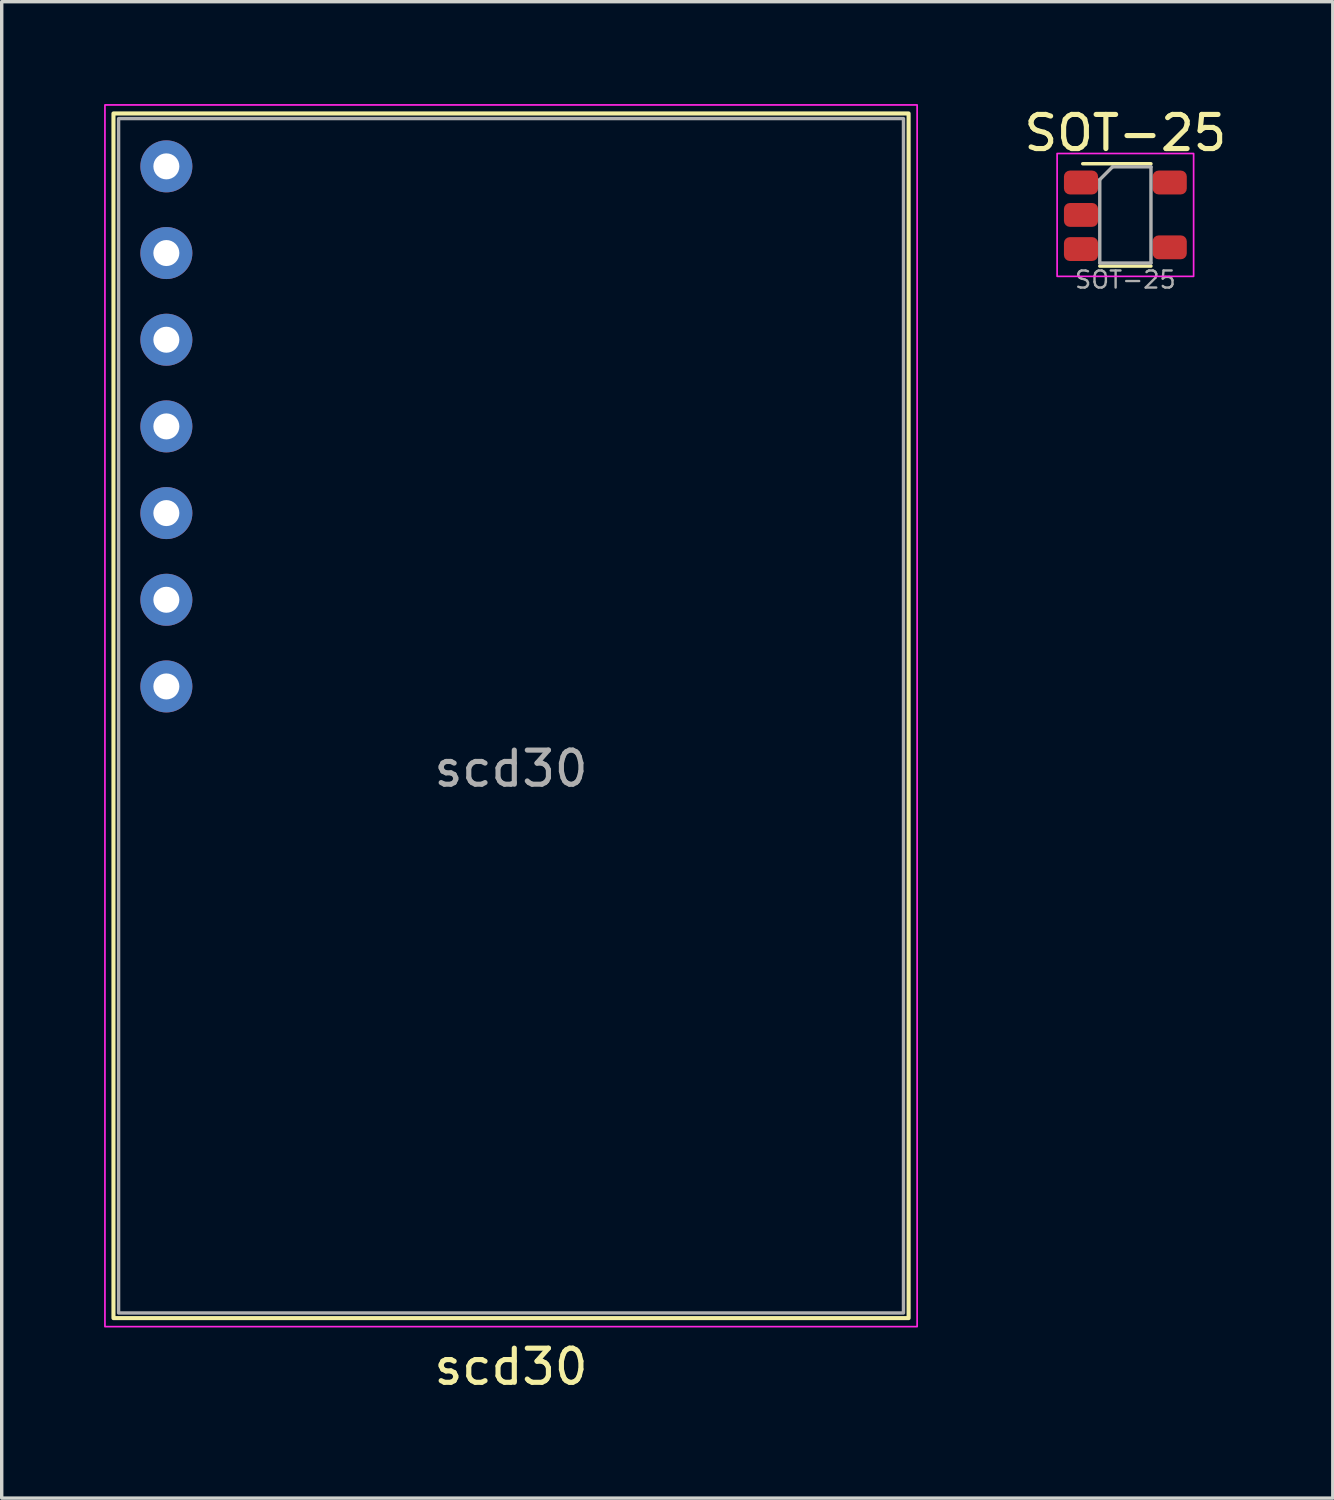
<source format=kicad_pcb>
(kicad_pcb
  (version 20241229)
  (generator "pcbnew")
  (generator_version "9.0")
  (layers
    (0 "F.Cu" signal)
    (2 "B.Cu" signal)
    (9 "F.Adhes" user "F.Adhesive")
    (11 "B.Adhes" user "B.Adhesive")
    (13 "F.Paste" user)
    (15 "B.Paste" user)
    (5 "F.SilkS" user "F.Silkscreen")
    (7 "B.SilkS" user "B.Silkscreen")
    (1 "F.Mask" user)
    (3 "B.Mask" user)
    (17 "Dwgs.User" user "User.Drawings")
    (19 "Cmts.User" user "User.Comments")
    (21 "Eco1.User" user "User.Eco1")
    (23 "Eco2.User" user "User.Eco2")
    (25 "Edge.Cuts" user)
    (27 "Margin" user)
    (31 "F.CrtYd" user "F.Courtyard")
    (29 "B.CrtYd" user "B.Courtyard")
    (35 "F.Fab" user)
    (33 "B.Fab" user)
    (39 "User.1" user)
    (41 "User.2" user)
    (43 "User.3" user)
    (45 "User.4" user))
  (footprint "SOT-25"
    (layer "F.Cu")
    (at 29.927 3.248)
    (property "Reference" "SOT-25" (at 0 -2.4 0) (unlocked yes) (layer "F.SilkS") (effects (font (size 1 1) (thickness 0.15))))
    (attr smd)
    (fp_line (start 0.75 -1.5) (end -1.25 -1.5) (stroke (width 0.1) (type solid)) (layer "F.SilkS"))
    (fp_line (start 0.75 1.5) (end -0.75 1.5) (stroke (width 0.1) (type solid)) (layer "F.SilkS"))
    (fp_rect (start -2 -1.8) (end 2 1.8) (stroke (width 0.05) (type solid)) (fill no) (layer "F.CrtYd"))
    (fp_line (start -0.75 1.41) (end -0.75 -1.035) (stroke (width 0.1) (type solid)) (layer "F.Fab"))
    (fp_line (start -0.375 -1.41) (end -0.75 -1.035) (stroke (width 0.1) (type solid)) (layer "F.Fab"))
    (fp_line (start -0.375 -1.41) (end 0.75 -1.41) (stroke (width 0.1) (type solid)) (layer "F.Fab"))
    (fp_line (start 0.75 -1.41) (end 0.75 1.41) (stroke (width 0.1) (type solid)) (layer "F.Fab"))
    (fp_line (start 0.75 1.41) (end -0.75 1.41) (stroke (width 0.1) (type solid)) (layer "F.Fab"))
    (fp_text user "${REFERENCE}" (at 0 1.9 0) (unlocked yes) (layer "F.Fab") (effects (font (size 0.5 0.5) (thickness 0.07))))
    (pad "1" smd roundrect (at -1.3 -0.95) (size 1 0.7) (layers "F.Cu" "F.Mask" "F.Paste") (roundrect_rratio 0.25))
    (pad "2" smd roundrect (at -1.3 0) (size 1 0.7) (layers "F.Cu" "F.Mask" "F.Paste") (roundrect_rratio 0.25))
    (pad "3" smd roundrect (at -1.3 1) (size 1 0.7) (layers "F.Cu" "F.Mask" "F.Paste") (roundrect_rratio 0.25))
    (pad "4" smd roundrect (at 1.3 0.95) (size 1 0.7) (layers "F.Cu" "F.Mask" "F.Paste") (roundrect_rratio 0.25))
    (pad "5" smd roundrect (at 1.3 -0.95) (size 1 0.7) (layers "F.Cu" "F.Mask" "F.Paste") (roundrect_rratio 0.25)))
  (footprint "scd30"
    (layer "F.Cu")
    (at 11.925 17.925)
    (property "Reference" "scd30" (at 0 19.076 0) (unlocked yes) (layer "F.SilkS") (effects (font (size 1 1) (thickness 0.15))))
    (attr through_hole)
    (fp_rect (start -11.65 -17.65) (end 11.65 17.65) (stroke (width 0.12) (type solid)) (fill no) (layer "F.SilkS"))
    (fp_rect (start -11.9 -17.9) (end 11.9 17.9) (stroke (width 0.05) (type solid)) (fill no) (layer "F.CrtYd"))
    (fp_rect (start -11.5 -17.5) (end 11.5 17.5) (stroke (width 0.1) (type solid)) (fill no) (layer "F.Fab"))
    (fp_text user "${REFERENCE}" (at 0 1.55 0) (unlocked yes) (layer "F.Fab") (effects (font (size 1 1) (thickness 0.15))))
    (pad "1" thru_hole circle (at -10.1 -16.1) (size 1.524 1.524) (drill 0.762) (layers "*.Cu" "*.Mask"))
    (pad "2" thru_hole circle (at -10.1 -13.56) (size 1.524 1.524) (drill 0.762) (layers "*.Cu" "*.Mask"))
    (pad "3" thru_hole circle (at -10.1 -11.02) (size 1.524 1.524) (drill 0.762) (layers "*.Cu" "*.Mask"))
    (pad "4" thru_hole circle (at -10.1 -8.48) (size 1.524 1.524) (drill 0.762) (layers "*.Cu" "*.Mask"))
    (pad "5" thru_hole circle (at -10.1 -5.94) (size 1.524 1.524) (drill 0.762) (layers "*.Cu" "*.Mask"))
    (pad "6" thru_hole circle (at -10.1 -3.4) (size 1.524 1.524) (drill 0.762) (layers "*.Cu" "*.Mask"))
    (pad "7" thru_hole circle (at -10.1 -0.86) (size 1.524 1.524) (drill 0.762) (layers "*.Cu" "*.Mask")))
  (gr_rect
    (start -3 -3)
    (end 36.005 40.849)
    (stroke (width 0.1) (type default))
    (fill no)
    (layer "Edge.Cuts")))
</source>
